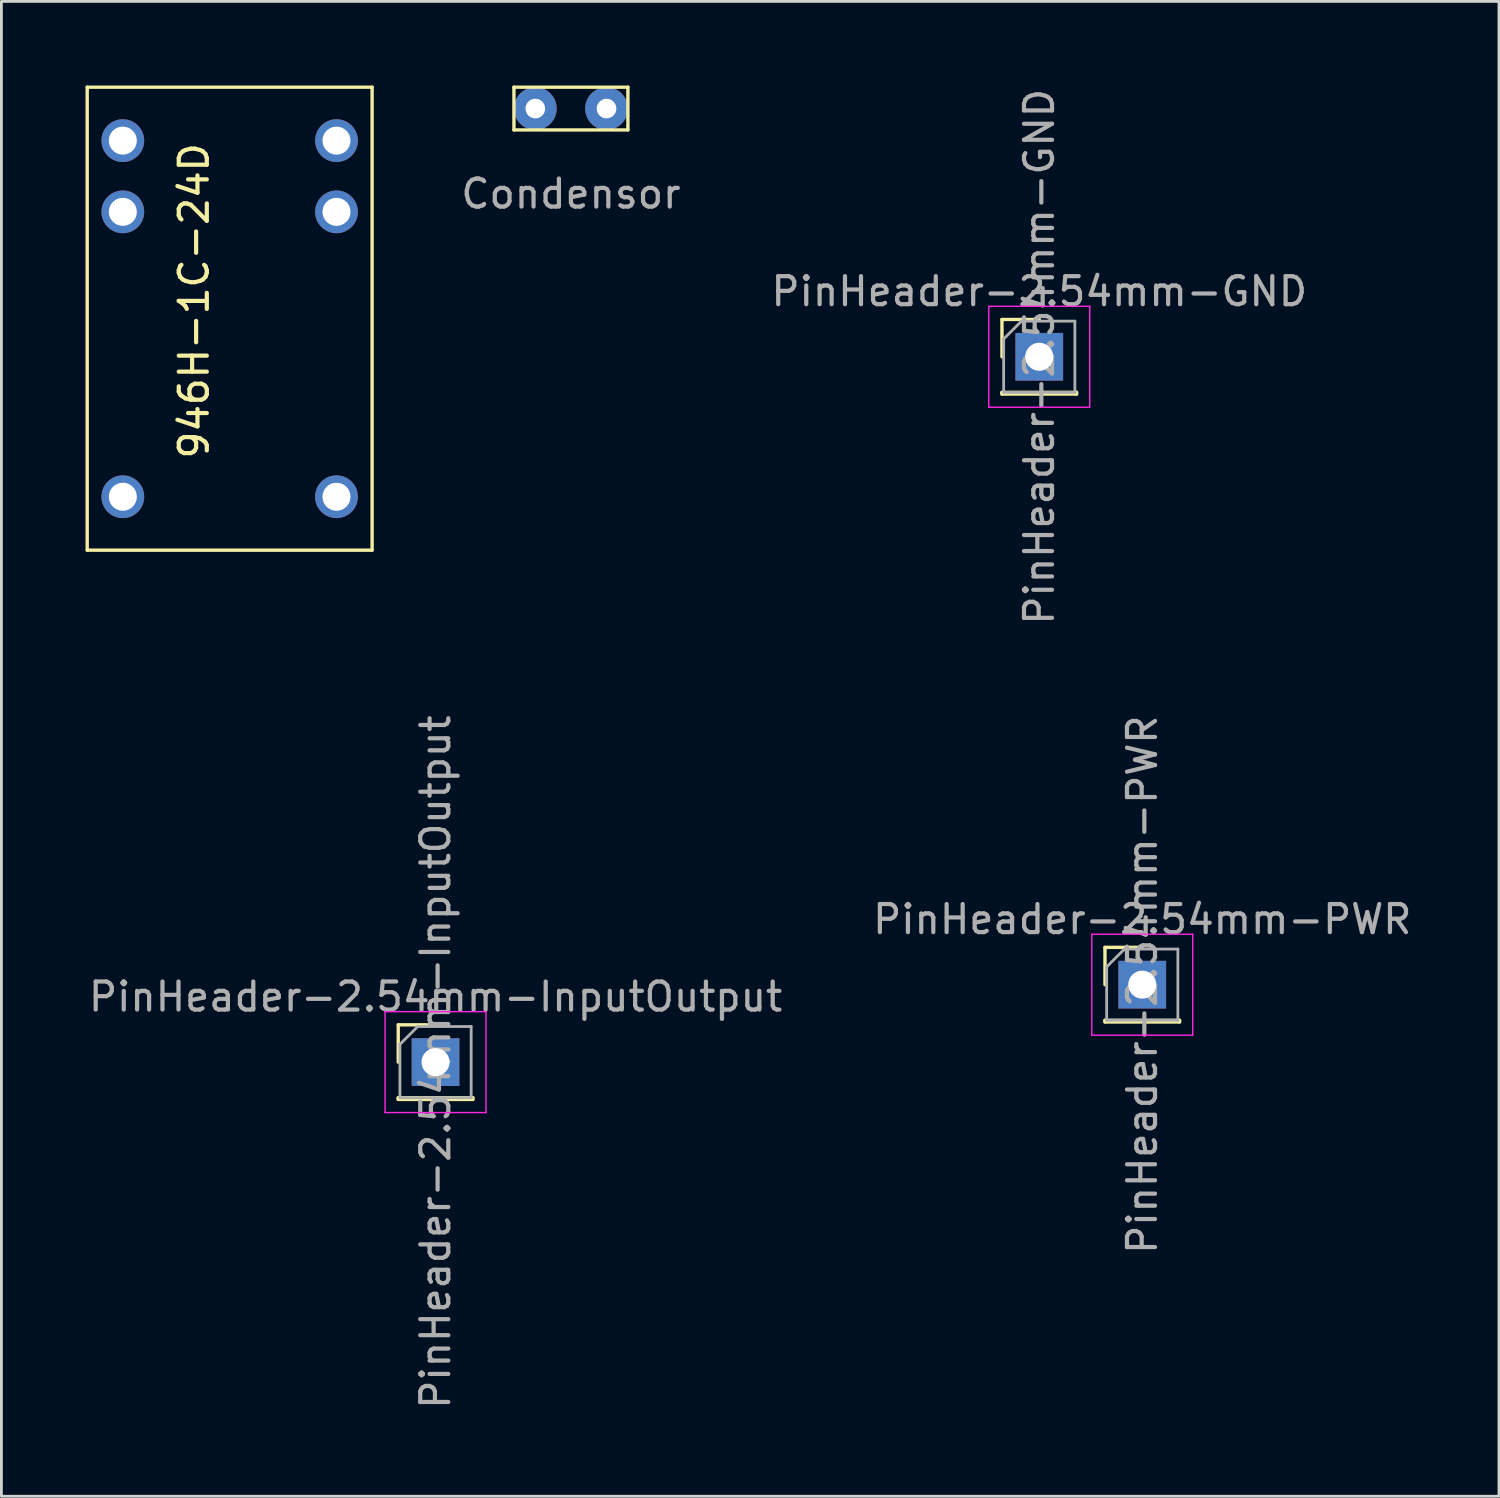
<source format=kicad_pcb>
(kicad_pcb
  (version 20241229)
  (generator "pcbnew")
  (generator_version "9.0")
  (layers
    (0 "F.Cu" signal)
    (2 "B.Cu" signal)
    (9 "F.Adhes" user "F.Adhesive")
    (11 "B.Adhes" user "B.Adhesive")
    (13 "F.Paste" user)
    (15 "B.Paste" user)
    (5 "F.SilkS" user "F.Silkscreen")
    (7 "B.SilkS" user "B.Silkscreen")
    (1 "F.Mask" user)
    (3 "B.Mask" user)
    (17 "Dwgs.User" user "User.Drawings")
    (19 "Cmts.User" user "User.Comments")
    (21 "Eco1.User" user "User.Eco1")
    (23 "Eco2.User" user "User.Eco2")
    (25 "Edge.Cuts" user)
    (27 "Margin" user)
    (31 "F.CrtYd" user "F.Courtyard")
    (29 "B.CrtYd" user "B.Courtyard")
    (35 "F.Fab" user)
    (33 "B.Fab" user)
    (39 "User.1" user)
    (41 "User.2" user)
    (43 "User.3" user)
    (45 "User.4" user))
  (footprint "PinHeader-2.54mm-PWR"
    (layer "F.Cu")
    (at 37.685 32.065)
    (property "Reference" "PinHeader-2.54mm-PWR" (at 0 -2.33 0) (layer "F.Fab") (effects (font (size 1 1) (thickness 0.15))))
    (attr through_hole)
    (fp_line (start -1.33 -1.33) (end 0 -1.33) (stroke (width 0.12) (type solid)) (layer "F.SilkS"))
    (fp_line (start -1.33 0) (end -1.33 -1.33) (stroke (width 0.12) (type solid)) (layer "F.SilkS"))
    (fp_line (start -1.33 1.27) (end -1.33 1.33) (stroke (width 0.12) (type solid)) (layer "F.SilkS"))
    (fp_line (start -1.33 1.27) (end 1.33 1.27) (stroke (width 0.12) (type solid)) (layer "F.SilkS"))
    (fp_line (start -1.33 1.33) (end 1.33 1.33) (stroke (width 0.12) (type solid)) (layer "F.SilkS"))
    (fp_line (start 1.33 1.27) (end 1.33 1.33) (stroke (width 0.12) (type solid)) (layer "F.SilkS"))
    (fp_line (start -1.8 -1.8) (end -1.8 1.8) (stroke (width 0.05) (type solid)) (layer "F.CrtYd"))
    (fp_line (start -1.8 1.8) (end 1.8 1.8) (stroke (width 0.05) (type solid)) (layer "F.CrtYd"))
    (fp_line (start 1.8 -1.8) (end -1.8 -1.8) (stroke (width 0.05) (type solid)) (layer "F.CrtYd"))
    (fp_line (start 1.8 1.8) (end 1.8 -1.8) (stroke (width 0.05) (type solid)) (layer "F.CrtYd"))
    (fp_line (start -1.27 -0.635) (end -0.635 -1.27) (stroke (width 0.1) (type solid)) (layer "F.Fab"))
    (fp_line (start -1.27 1.27) (end -1.27 -0.635) (stroke (width 0.1) (type solid)) (layer "F.Fab"))
    (fp_line (start -0.635 -1.27) (end 1.27 -1.27) (stroke (width 0.1) (type solid)) (layer "F.Fab"))
    (fp_line (start 1.27 -1.27) (end 1.27 1.27) (stroke (width 0.1) (type solid)) (layer "F.Fab"))
    (fp_line (start 1.27 1.27) (end -1.27 1.27) (stroke (width 0.1) (type solid)) (layer "F.Fab"))
    (fp_text user "${REFERENCE}" (at 0 0 90) (layer "F.Fab") (effects (font (size 1 1) (thickness 0.15))))
    (pad "1" thru_hole rect (at 0 0) (size 1.7 1.7) (drill 1) (layers "*.Cu" "*.Mask")))
  (footprint "Condensor"
    (layer "F.Cu")
    (at 16.04 0.822)
    (property "Reference" "Condensor" (at 1.27 3.04 0) (layer "F.Fab") (effects (font (size 1 1) (thickness 0.15))))
    (attr through_hole)
    (fp_line (start -0.762 -0.762) (end 3.302 -0.762) (stroke (width 0.12) (type solid)) (layer "F.SilkS"))
    (fp_line (start -0.762 0.762) (end -0.762 -0.762) (stroke (width 0.12) (type solid)) (layer "F.SilkS"))
    (fp_line (start 3.302 -0.762) (end 3.302 0.762) (stroke (width 0.12) (type solid)) (layer "F.SilkS"))
    (fp_line (start 3.302 0.762) (end -0.762 0.762) (stroke (width 0.12) (type solid)) (layer "F.SilkS"))
    (pad "1" thru_hole circle (at 0 0) (size 1.524 1.524) (drill 0.7) (layers "*.Cu" "*.Mask"))
    (pad "2" thru_hole circle (at 2.54 0) (size 1.524 1.524) (drill 0.7) (layers "*.Cu" "*.Mask")))
  (footprint "PinHeader-2.54mm-InputOutput"
    (layer "F.Cu")
    (at 12.482 34.827)
    (property "Reference" "PinHeader-2.54mm-InputOutput" (at 0 -2.33 0) (layer "F.Fab") (effects (font (size 1 1) (thickness 0.15))))
    (attr through_hole)
    (fp_line (start -1.33 -1.33) (end 0 -1.33) (stroke (width 0.12) (type solid)) (layer "F.SilkS"))
    (fp_line (start -1.33 0) (end -1.33 -1.33) (stroke (width 0.12) (type solid)) (layer "F.SilkS"))
    (fp_line (start -1.33 1.27) (end -1.33 1.33) (stroke (width 0.12) (type solid)) (layer "F.SilkS"))
    (fp_line (start -1.33 1.27) (end 1.33 1.27) (stroke (width 0.12) (type solid)) (layer "F.SilkS"))
    (fp_line (start -1.33 1.33) (end 1.33 1.33) (stroke (width 0.12) (type solid)) (layer "F.SilkS"))
    (fp_line (start 1.33 1.27) (end 1.33 1.33) (stroke (width 0.12) (type solid)) (layer "F.SilkS"))
    (fp_line (start -1.8 -1.8) (end -1.8 1.8) (stroke (width 0.05) (type solid)) (layer "F.CrtYd"))
    (fp_line (start -1.8 1.8) (end 1.8 1.8) (stroke (width 0.05) (type solid)) (layer "F.CrtYd"))
    (fp_line (start 1.8 -1.8) (end -1.8 -1.8) (stroke (width 0.05) (type solid)) (layer "F.CrtYd"))
    (fp_line (start 1.8 1.8) (end 1.8 -1.8) (stroke (width 0.05) (type solid)) (layer "F.CrtYd"))
    (fp_line (start -1.27 -0.635) (end -0.635 -1.27) (stroke (width 0.1) (type solid)) (layer "F.Fab"))
    (fp_line (start -1.27 1.27) (end -1.27 -0.635) (stroke (width 0.1) (type solid)) (layer "F.Fab"))
    (fp_line (start -0.635 -1.27) (end 1.27 -1.27) (stroke (width 0.1) (type solid)) (layer "F.Fab"))
    (fp_line (start 1.27 -1.27) (end 1.27 1.27) (stroke (width 0.1) (type solid)) (layer "F.Fab"))
    (fp_line (start 1.27 1.27) (end -1.27 1.27) (stroke (width 0.1) (type solid)) (layer "F.Fab"))
    (fp_text user "${REFERENCE}" (at 0 0 90) (layer "F.Fab") (effects (font (size 1 1) (thickness 0.15))))
    (pad "1" thru_hole rect (at 0 0) (size 1.7 1.7) (drill 1) (layers "*.Cu" "*.Mask")))
  (footprint "946H-1C-24D"
    (layer "F.Cu")
    (at 6.41 7.045)
    (property "Reference" "946H-1C-24D" (at -2.54 0.635 270) (layer "F.SilkS") (effects (font (size 1 1) (thickness 0.15))))
    (attr through_hole)
    (fp_line (start -6.35 -6.985) (end 3.81 -6.985) (stroke (width 0.12) (type solid)) (layer "F.SilkS"))
    (fp_line (start -6.35 9.525) (end -6.35 -6.985) (stroke (width 0.12) (type solid)) (layer "F.SilkS"))
    (fp_line (start 3.81 -6.985) (end 3.81 9.525) (stroke (width 0.12) (type solid)) (layer "F.SilkS"))
    (fp_line (start 3.81 9.525) (end -6.35 9.525) (stroke (width 0.12) (type solid)) (layer "F.SilkS"))
    (pad "1" thru_hole circle (at -5.08 -5.08) (size 1.524 1.524) (drill 1) (layers "*.Cu" "*.Mask"))
    (pad "2" thru_hole circle (at 2.54 -5.08) (size 1.524 1.524) (drill 1) (layers "*.Cu" "*.Mask"))
    (pad "3" thru_hole circle (at 2.54 -2.54) (size 1.524 1.524) (drill 1) (layers "*.Cu" "*.Mask"))
    (pad "4" thru_hole circle (at -5.08 -2.54) (size 1.524 1.524) (drill 1) (layers "*.Cu" "*.Mask"))
    (pad "5" thru_hole circle (at -5.08 7.62) (size 1.524 1.524) (drill 1) (layers "*.Cu" "*.Mask"))
    (pad "6" thru_hole circle (at 2.54 7.62) (size 1.524 1.524) (drill 1) (layers "*.Cu" "*.Mask")))
  (footprint "PinHeader-2.54mm-GND"
    (layer "F.Cu")
    (at 34.012 9.673)
    (property "Reference" "PinHeader-2.54mm-GND" (at 0 -2.33 0) (layer "F.Fab") (effects (font (size 1 1) (thickness 0.15))))
    (attr through_hole)
    (fp_line (start -1.33 -1.33) (end 0 -1.33) (stroke (width 0.12) (type solid)) (layer "F.SilkS"))
    (fp_line (start -1.33 0) (end -1.33 -1.33) (stroke (width 0.12) (type solid)) (layer "F.SilkS"))
    (fp_line (start -1.33 1.27) (end -1.33 1.33) (stroke (width 0.12) (type solid)) (layer "F.SilkS"))
    (fp_line (start -1.33 1.27) (end 1.33 1.27) (stroke (width 0.12) (type solid)) (layer "F.SilkS"))
    (fp_line (start -1.33 1.33) (end 1.33 1.33) (stroke (width 0.12) (type solid)) (layer "F.SilkS"))
    (fp_line (start 1.33 1.27) (end 1.33 1.33) (stroke (width 0.12) (type solid)) (layer "F.SilkS"))
    (fp_line (start -1.8 -1.8) (end -1.8 1.8) (stroke (width 0.05) (type solid)) (layer "F.CrtYd"))
    (fp_line (start -1.8 1.8) (end 1.8 1.8) (stroke (width 0.05) (type solid)) (layer "F.CrtYd"))
    (fp_line (start 1.8 -1.8) (end -1.8 -1.8) (stroke (width 0.05) (type solid)) (layer "F.CrtYd"))
    (fp_line (start 1.8 1.8) (end 1.8 -1.8) (stroke (width 0.05) (type solid)) (layer "F.CrtYd"))
    (fp_line (start -1.27 -0.635) (end -0.635 -1.27) (stroke (width 0.1) (type solid)) (layer "F.Fab"))
    (fp_line (start -1.27 1.27) (end -1.27 -0.635) (stroke (width 0.1) (type solid)) (layer "F.Fab"))
    (fp_line (start -0.635 -1.27) (end 1.27 -1.27) (stroke (width 0.1) (type solid)) (layer "F.Fab"))
    (fp_line (start 1.27 -1.27) (end 1.27 1.27) (stroke (width 0.1) (type solid)) (layer "F.Fab"))
    (fp_line (start 1.27 1.27) (end -1.27 1.27) (stroke (width 0.1) (type solid)) (layer "F.Fab"))
    (fp_text user "${REFERENCE}" (at 0 0 90) (layer "F.Fab") (effects (font (size 1 1) (thickness 0.15))))
    (pad "1" thru_hole rect (at 0 0) (size 1.7 1.7) (drill 1) (layers "*.Cu" "*.Mask")))
  (gr_rect
    (start -3 -3)
    (end 50.405 50.31)
    (stroke (width 0.1) (type default))
    (fill no)
    (layer "Edge.Cuts")))
</source>
